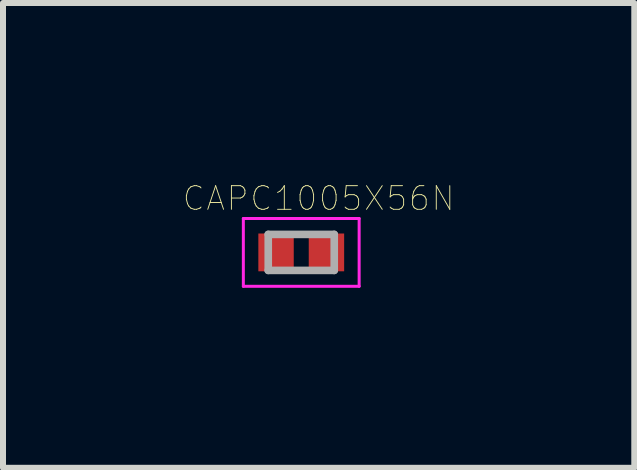
<source format=kicad_pcb>
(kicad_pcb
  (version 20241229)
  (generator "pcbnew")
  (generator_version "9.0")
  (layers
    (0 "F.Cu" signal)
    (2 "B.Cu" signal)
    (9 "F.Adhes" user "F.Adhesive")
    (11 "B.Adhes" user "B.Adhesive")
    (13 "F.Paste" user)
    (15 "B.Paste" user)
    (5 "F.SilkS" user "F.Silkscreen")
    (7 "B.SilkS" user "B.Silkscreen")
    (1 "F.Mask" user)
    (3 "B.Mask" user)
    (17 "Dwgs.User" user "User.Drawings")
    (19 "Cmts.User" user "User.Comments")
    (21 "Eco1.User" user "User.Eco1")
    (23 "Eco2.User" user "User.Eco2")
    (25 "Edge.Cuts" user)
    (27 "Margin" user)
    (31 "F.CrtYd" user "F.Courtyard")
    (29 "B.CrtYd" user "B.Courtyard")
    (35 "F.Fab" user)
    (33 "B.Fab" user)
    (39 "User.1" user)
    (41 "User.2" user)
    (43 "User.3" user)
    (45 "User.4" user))
  (footprint "CAPC1005X56N"
    (layer "F.Cu")
    (at 1.971 1.157)
    (property "Reference" "CAPC1005X56N" (at 0.29 -0.9 0) (layer "F.SilkS") (effects (font (size 0.394 0.394) (thickness 0.015))))
    (attr through_hole)
    (fp_line (start -0.965 -0.565) (end 0.965 -0.565) (stroke (width 0.05) (type solid)) (layer "F.CrtYd"))
    (fp_line (start -0.965 0.565) (end -0.965 -0.565) (stroke (width 0.05) (type solid)) (layer "F.CrtYd"))
    (fp_line (start -0.965 0.565) (end 0.965 0.565) (stroke (width 0.05) (type solid)) (layer "F.CrtYd"))
    (fp_line (start 0.965 0.565) (end 0.965 -0.565) (stroke (width 0.05) (type solid)) (layer "F.CrtYd"))
    (fp_line (start -0.55 0.3) (end -0.55 -0.3) (stroke (width 0.127) (type solid)) (layer "F.Fab"))
    (fp_line (start 0.55 -0.3) (end -0.55 -0.3) (stroke (width 0.127) (type solid)) (layer "F.Fab"))
    (fp_line (start 0.55 0.3) (end -0.55 0.3) (stroke (width 0.127) (type solid)) (layer "F.Fab"))
    (fp_line (start 0.55 0.3) (end 0.55 -0.3) (stroke (width 0.127) (type solid)) (layer "F.Fab"))
    (pad "1" smd rect (at -0.42 0) (size 0.59 0.63) (layers "F.Cu" "F.Mask" "F.Paste"))
    (pad "2" smd rect (at 0.42 0) (size 0.59 0.63) (layers "F.Cu" "F.Mask" "F.Paste")))
  (gr_rect
    (start -3 -3)
    (end 7.522 4.747)
    (stroke (width 0.1) (type default))
    (fill no)
    (layer "Edge.Cuts")))
</source>
